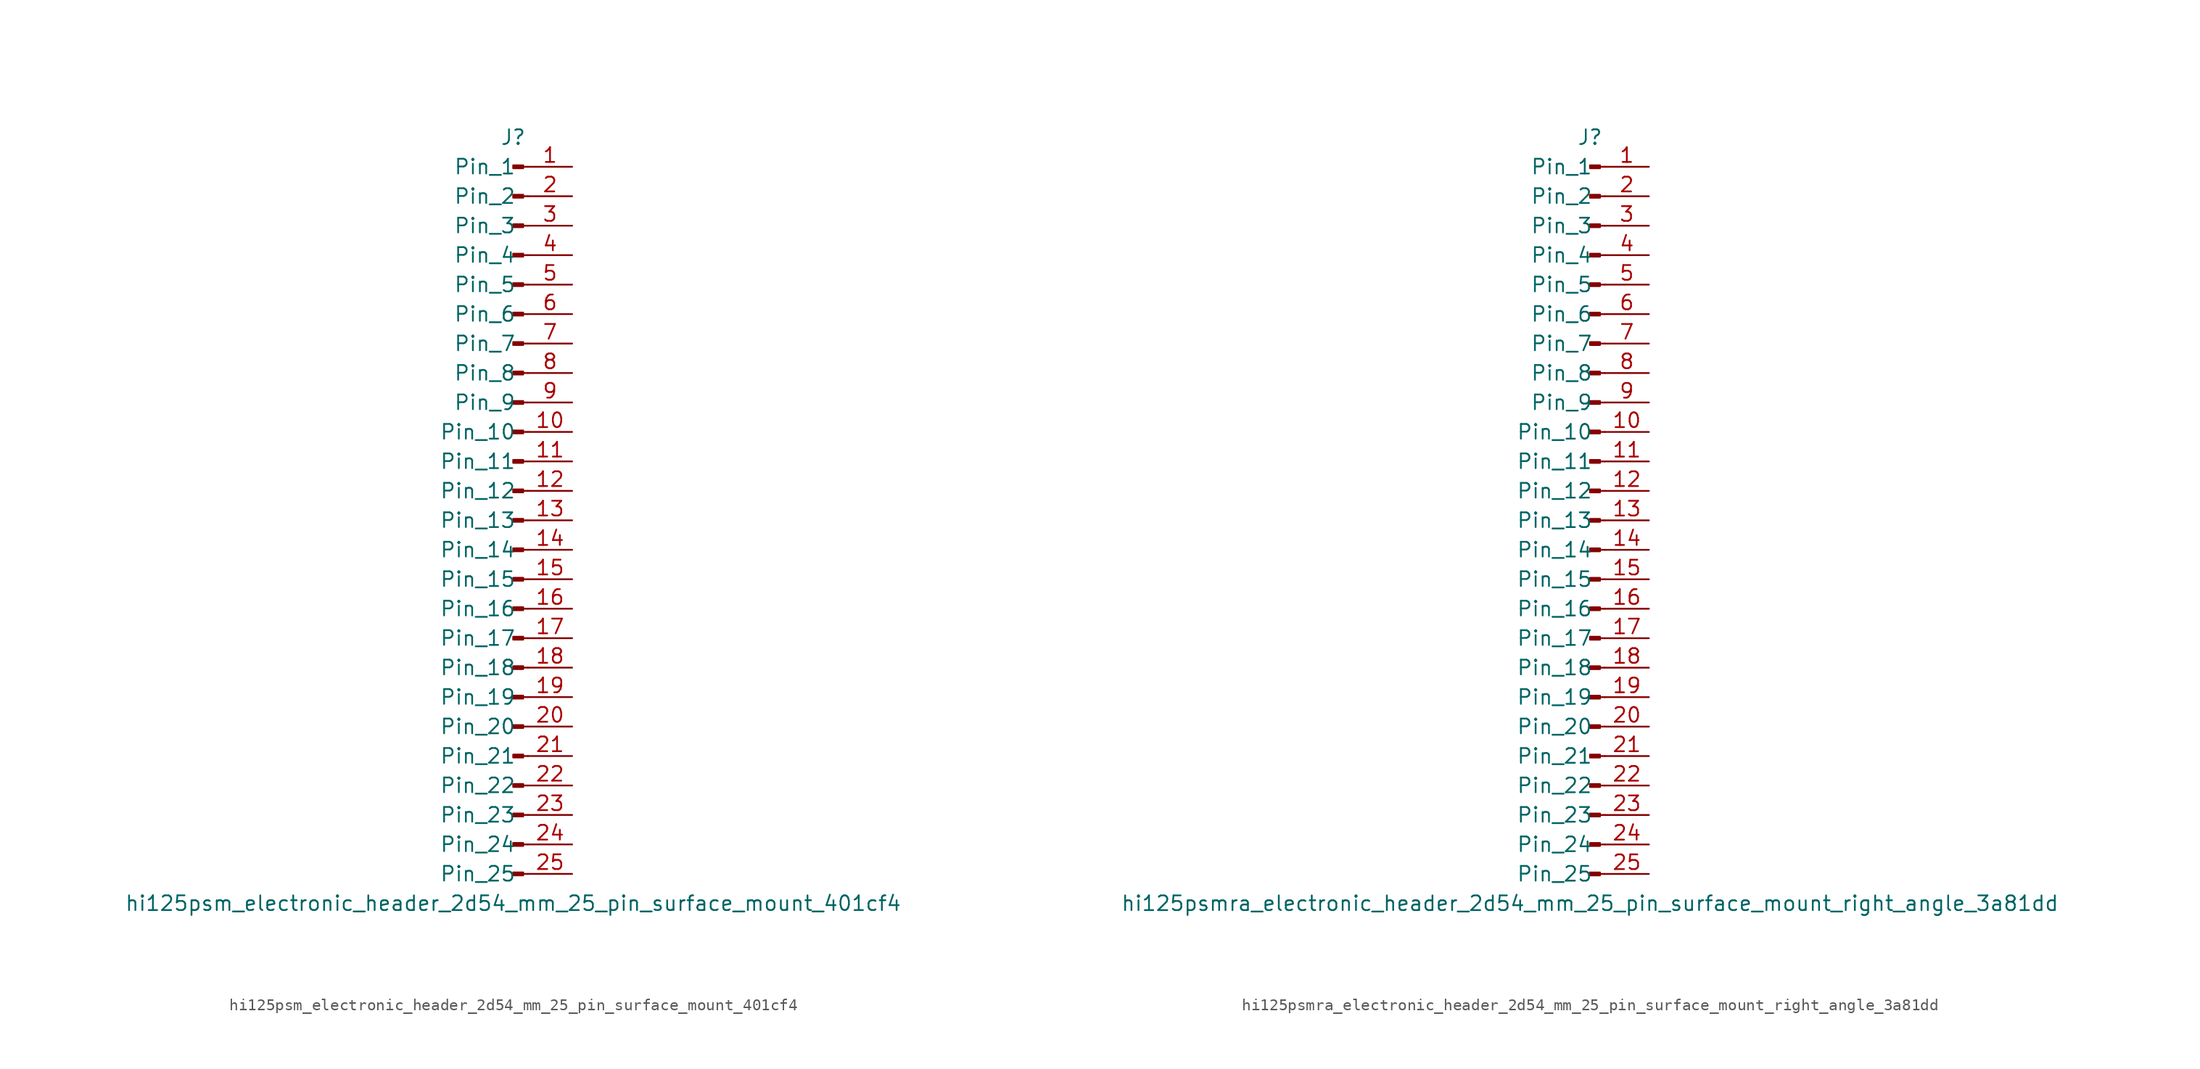
<source format=kicad_sym>
(kicad_symbol_lib
  (version 20220914)
  (generator kicad_symbol_editor)
  (symbol "hi125psm_electronic_header_2d54_mm_25_pin_surface_mount_401cf4"
    (pin_names
      (offset 1.016))
    (property "Reference" "J"
      (at 0 33.02 0)
      (effects (font (size 1.27 1.27))))
    (property "Value" "hi125psm_electronic_header_2d54_mm_25_pin_surface_mount_401cf4"
      (at 0 -33.02 0)
      (effects (font (size 1.27 1.27))))
    (property "ki_locked" ""
      (at 0 0 0)
      (effects (font (size 1.27 1.27))))
    (symbol "hi125psm_electronic_header_2d54_mm_25_pin_surface_mount_401cf4_1_1"
      (polyline (pts (xy 1.27 -30.48) (xy 0.864 -30.48)) (stroke (width 0.152) (type default)) (fill (type none)))
      (polyline (pts (xy 1.27 -27.94) (xy 0.864 -27.94)) (stroke (width 0.152) (type default)) (fill (type none)))
      (polyline (pts (xy 1.27 -25.4) (xy 0.864 -25.4)) (stroke (width 0.152) (type default)) (fill (type none)))
      (polyline (pts (xy 1.27 -22.86) (xy 0.864 -22.86)) (stroke (width 0.152) (type default)) (fill (type none)))
      (polyline (pts (xy 1.27 -20.32) (xy 0.864 -20.32)) (stroke (width 0.152) (type default)) (fill (type none)))
      (polyline (pts (xy 1.27 -17.78) (xy 0.864 -17.78)) (stroke (width 0.152) (type default)) (fill (type none)))
      (polyline (pts (xy 1.27 -15.24) (xy 0.864 -15.24)) (stroke (width 0.152) (type default)) (fill (type none)))
      (polyline (pts (xy 1.27 -12.7) (xy 0.864 -12.7)) (stroke (width 0.152) (type default)) (fill (type none)))
      (polyline (pts (xy 1.27 -10.16) (xy 0.864 -10.16)) (stroke (width 0.152) (type default)) (fill (type none)))
      (polyline (pts (xy 1.27 -7.62) (xy 0.864 -7.62)) (stroke (width 0.152) (type default)) (fill (type none)))
      (polyline (pts (xy 1.27 -5.08) (xy 0.864 -5.08)) (stroke (width 0.152) (type default)) (fill (type none)))
      (polyline (pts (xy 1.27 -2.54) (xy 0.864 -2.54)) (stroke (width 0.152) (type default)) (fill (type none)))
      (polyline (pts (xy 1.27 0) (xy 0.864 0)) (stroke (width 0.152) (type default)) (fill (type none)))
      (polyline (pts (xy 1.27 2.54) (xy 0.864 2.54)) (stroke (width 0.152) (type default)) (fill (type none)))
      (polyline (pts (xy 1.27 5.08) (xy 0.864 5.08)) (stroke (width 0.152) (type default)) (fill (type none)))
      (polyline (pts (xy 1.27 7.62) (xy 0.864 7.62)) (stroke (width 0.152) (type default)) (fill (type none)))
      (polyline (pts (xy 1.27 10.16) (xy 0.864 10.16)) (stroke (width 0.152) (type default)) (fill (type none)))
      (polyline (pts (xy 1.27 12.7) (xy 0.864 12.7)) (stroke (width 0.152) (type default)) (fill (type none)))
      (polyline (pts (xy 1.27 15.24) (xy 0.864 15.24)) (stroke (width 0.152) (type default)) (fill (type none)))
      (polyline (pts (xy 1.27 17.78) (xy 0.864 17.78)) (stroke (width 0.152) (type default)) (fill (type none)))
      (polyline (pts (xy 1.27 20.32) (xy 0.864 20.32)) (stroke (width 0.152) (type default)) (fill (type none)))
      (polyline (pts (xy 1.27 22.86) (xy 0.864 22.86)) (stroke (width 0.152) (type default)) (fill (type none)))
      (polyline (pts (xy 1.27 25.4) (xy 0.864 25.4)) (stroke (width 0.152) (type default)) (fill (type none)))
      (polyline (pts (xy 1.27 27.94) (xy 0.864 27.94)) (stroke (width 0.152) (type default)) (fill (type none)))
      (polyline (pts (xy 1.27 30.48) (xy 0.864 30.48)) (stroke (width 0.152) (type default)) (fill (type none)))
      (rectangle (start 0.864 -30.353) (end 0 -30.607) (stroke (width 0.152) (type default)) (fill (type outline)))
      (rectangle (start 0.864 -27.813) (end 0 -28.067) (stroke (width 0.152) (type default)) (fill (type outline)))
      (rectangle (start 0.864 -25.273) (end 0 -25.527) (stroke (width 0.152) (type default)) (fill (type outline)))
      (rectangle (start 0.864 -22.733) (end 0 -22.987) (stroke (width 0.152) (type default)) (fill (type outline)))
      (rectangle (start 0.864 -20.193) (end 0 -20.447) (stroke (width 0.152) (type default)) (fill (type outline)))
      (rectangle (start 0.864 -17.653) (end 0 -17.907) (stroke (width 0.152) (type default)) (fill (type outline)))
      (rectangle (start 0.864 -15.113) (end 0 -15.367) (stroke (width 0.152) (type default)) (fill (type outline)))
      (rectangle (start 0.864 -12.573) (end 0 -12.827) (stroke (width 0.152) (type default)) (fill (type outline)))
      (rectangle (start 0.864 -10.033) (end 0 -10.287) (stroke (width 0.152) (type default)) (fill (type outline)))
      (rectangle (start 0.864 -7.493) (end 0 -7.747) (stroke (width 0.152) (type default)) (fill (type outline)))
      (rectangle (start 0.864 -4.953) (end 0 -5.207) (stroke (width 0.152) (type default)) (fill (type outline)))
      (rectangle (start 0.864 -2.413) (end 0 -2.667) (stroke (width 0.152) (type default)) (fill (type outline)))
      (rectangle (start 0.864 0.127) (end 0 -0.127) (stroke (width 0.152) (type default)) (fill (type outline)))
      (rectangle (start 0.864 2.667) (end 0 2.413) (stroke (width 0.152) (type default)) (fill (type outline)))
      (rectangle (start 0.864 5.207) (end 0 4.953) (stroke (width 0.152) (type default)) (fill (type outline)))
      (rectangle (start 0.864 7.747) (end 0 7.493) (stroke (width 0.152) (type default)) (fill (type outline)))
      (rectangle (start 0.864 10.287) (end 0 10.033) (stroke (width 0.152) (type default)) (fill (type outline)))
      (rectangle (start 0.864 12.827) (end 0 12.573) (stroke (width 0.152) (type default)) (fill (type outline)))
      (rectangle (start 0.864 15.367) (end 0 15.113) (stroke (width 0.152) (type default)) (fill (type outline)))
      (rectangle (start 0.864 17.907) (end 0 17.653) (stroke (width 0.152) (type default)) (fill (type outline)))
      (rectangle (start 0.864 20.447) (end 0 20.193) (stroke (width 0.152) (type default)) (fill (type outline)))
      (rectangle (start 0.864 22.987) (end 0 22.733) (stroke (width 0.152) (type default)) (fill (type outline)))
      (rectangle (start 0.864 25.527) (end 0 25.273) (stroke (width 0.152) (type default)) (fill (type outline)))
      (rectangle (start 0.864 28.067) (end 0 27.813) (stroke (width 0.152) (type default)) (fill (type outline)))
      (rectangle (start 0.864 30.607) (end 0 30.353) (stroke (width 0.152) (type default)) (fill (type outline)))
      (pin passive line (at 5.08 30.48 180) (length 3.81) (name "Pin_1" (effects (font (size 1.27 1.27)))) (number "1" (effects (font (size 1.27 1.27)))))
      (pin passive line (at 5.08 7.62 180) (length 3.81) (name "Pin_10" (effects (font (size 1.27 1.27)))) (number "10" (effects (font (size 1.27 1.27)))))
      (pin passive line (at 5.08 5.08 180) (length 3.81) (name "Pin_11" (effects (font (size 1.27 1.27)))) (number "11" (effects (font (size 1.27 1.27)))))
      (pin passive line (at 5.08 2.54 180) (length 3.81) (name "Pin_12" (effects (font (size 1.27 1.27)))) (number "12" (effects (font (size 1.27 1.27)))))
      (pin passive line (at 5.08 0 180) (length 3.81) (name "Pin_13" (effects (font (size 1.27 1.27)))) (number "13" (effects (font (size 1.27 1.27)))))
      (pin passive line (at 5.08 -2.54 180) (length 3.81) (name "Pin_14" (effects (font (size 1.27 1.27)))) (number "14" (effects (font (size 1.27 1.27)))))
      (pin passive line (at 5.08 -5.08 180) (length 3.81) (name "Pin_15" (effects (font (size 1.27 1.27)))) (number "15" (effects (font (size 1.27 1.27)))))
      (pin passive line (at 5.08 -7.62 180) (length 3.81) (name "Pin_16" (effects (font (size 1.27 1.27)))) (number "16" (effects (font (size 1.27 1.27)))))
      (pin passive line (at 5.08 -10.16 180) (length 3.81) (name "Pin_17" (effects (font (size 1.27 1.27)))) (number "17" (effects (font (size 1.27 1.27)))))
      (pin passive line (at 5.08 -12.7 180) (length 3.81) (name "Pin_18" (effects (font (size 1.27 1.27)))) (number "18" (effects (font (size 1.27 1.27)))))
      (pin passive line (at 5.08 -15.24 180) (length 3.81) (name "Pin_19" (effects (font (size 1.27 1.27)))) (number "19" (effects (font (size 1.27 1.27)))))
      (pin passive line (at 5.08 27.94 180) (length 3.81) (name "Pin_2" (effects (font (size 1.27 1.27)))) (number "2" (effects (font (size 1.27 1.27)))))
      (pin passive line (at 5.08 -17.78 180) (length 3.81) (name "Pin_20" (effects (font (size 1.27 1.27)))) (number "20" (effects (font (size 1.27 1.27)))))
      (pin passive line (at 5.08 -20.32 180) (length 3.81) (name "Pin_21" (effects (font (size 1.27 1.27)))) (number "21" (effects (font (size 1.27 1.27)))))
      (pin passive line (at 5.08 -22.86 180) (length 3.81) (name "Pin_22" (effects (font (size 1.27 1.27)))) (number "22" (effects (font (size 1.27 1.27)))))
      (pin passive line (at 5.08 -25.4 180) (length 3.81) (name "Pin_23" (effects (font (size 1.27 1.27)))) (number "23" (effects (font (size 1.27 1.27)))))
      (pin passive line (at 5.08 -27.94 180) (length 3.81) (name "Pin_24" (effects (font (size 1.27 1.27)))) (number "24" (effects (font (size 1.27 1.27)))))
      (pin passive line (at 5.08 -30.48 180) (length 3.81) (name "Pin_25" (effects (font (size 1.27 1.27)))) (number "25" (effects (font (size 1.27 1.27)))))
      (pin passive line (at 5.08 25.4 180) (length 3.81) (name "Pin_3" (effects (font (size 1.27 1.27)))) (number "3" (effects (font (size 1.27 1.27)))))
      (pin passive line (at 5.08 22.86 180) (length 3.81) (name "Pin_4" (effects (font (size 1.27 1.27)))) (number "4" (effects (font (size 1.27 1.27)))))
      (pin passive line (at 5.08 20.32 180) (length 3.81) (name "Pin_5" (effects (font (size 1.27 1.27)))) (number "5" (effects (font (size 1.27 1.27)))))
      (pin passive line (at 5.08 17.78 180) (length 3.81) (name "Pin_6" (effects (font (size 1.27 1.27)))) (number "6" (effects (font (size 1.27 1.27)))))
      (pin passive line (at 5.08 15.24 180) (length 3.81) (name "Pin_7" (effects (font (size 1.27 1.27)))) (number "7" (effects (font (size 1.27 1.27)))))
      (pin passive line (at 5.08 12.7 180) (length 3.81) (name "Pin_8" (effects (font (size 1.27 1.27)))) (number "8" (effects (font (size 1.27 1.27)))))
      (pin passive line (at 5.08 10.16 180) (length 3.81) (name "Pin_9" (effects (font (size 1.27 1.27)))) (number "9" (effects (font (size 1.27 1.27)))))))
  (symbol "hi125psmra_electronic_header_2d54_mm_25_pin_surface_mount_right_angle_3a81dd"
    (pin_names
      (offset 1.016))
    (property "Reference" "J"
      (at 0 33.02 0)
      (effects (font (size 1.27 1.27))))
    (property "Value" "hi125psmra_electronic_header_2d54_mm_25_pin_surface_mount_right_angle_3a81dd"
      (at 0 -33.02 0)
      (effects (font (size 1.27 1.27))))
    (property "ki_locked" ""
      (at 0 0 0)
      (effects (font (size 1.27 1.27))))
    (symbol "hi125psmra_electronic_header_2d54_mm_25_pin_surface_mount_right_angle_3a81dd_1_1"
      (polyline (pts (xy 1.27 -30.48) (xy 0.864 -30.48)) (stroke (width 0.152) (type default)) (fill (type none)))
      (polyline (pts (xy 1.27 -27.94) (xy 0.864 -27.94)) (stroke (width 0.152) (type default)) (fill (type none)))
      (polyline (pts (xy 1.27 -25.4) (xy 0.864 -25.4)) (stroke (width 0.152) (type default)) (fill (type none)))
      (polyline (pts (xy 1.27 -22.86) (xy 0.864 -22.86)) (stroke (width 0.152) (type default)) (fill (type none)))
      (polyline (pts (xy 1.27 -20.32) (xy 0.864 -20.32)) (stroke (width 0.152) (type default)) (fill (type none)))
      (polyline (pts (xy 1.27 -17.78) (xy 0.864 -17.78)) (stroke (width 0.152) (type default)) (fill (type none)))
      (polyline (pts (xy 1.27 -15.24) (xy 0.864 -15.24)) (stroke (width 0.152) (type default)) (fill (type none)))
      (polyline (pts (xy 1.27 -12.7) (xy 0.864 -12.7)) (stroke (width 0.152) (type default)) (fill (type none)))
      (polyline (pts (xy 1.27 -10.16) (xy 0.864 -10.16)) (stroke (width 0.152) (type default)) (fill (type none)))
      (polyline (pts (xy 1.27 -7.62) (xy 0.864 -7.62)) (stroke (width 0.152) (type default)) (fill (type none)))
      (polyline (pts (xy 1.27 -5.08) (xy 0.864 -5.08)) (stroke (width 0.152) (type default)) (fill (type none)))
      (polyline (pts (xy 1.27 -2.54) (xy 0.864 -2.54)) (stroke (width 0.152) (type default)) (fill (type none)))
      (polyline (pts (xy 1.27 0) (xy 0.864 0)) (stroke (width 0.152) (type default)) (fill (type none)))
      (polyline (pts (xy 1.27 2.54) (xy 0.864 2.54)) (stroke (width 0.152) (type default)) (fill (type none)))
      (polyline (pts (xy 1.27 5.08) (xy 0.864 5.08)) (stroke (width 0.152) (type default)) (fill (type none)))
      (polyline (pts (xy 1.27 7.62) (xy 0.864 7.62)) (stroke (width 0.152) (type default)) (fill (type none)))
      (polyline (pts (xy 1.27 10.16) (xy 0.864 10.16)) (stroke (width 0.152) (type default)) (fill (type none)))
      (polyline (pts (xy 1.27 12.7) (xy 0.864 12.7)) (stroke (width 0.152) (type default)) (fill (type none)))
      (polyline (pts (xy 1.27 15.24) (xy 0.864 15.24)) (stroke (width 0.152) (type default)) (fill (type none)))
      (polyline (pts (xy 1.27 17.78) (xy 0.864 17.78)) (stroke (width 0.152) (type default)) (fill (type none)))
      (polyline (pts (xy 1.27 20.32) (xy 0.864 20.32)) (stroke (width 0.152) (type default)) (fill (type none)))
      (polyline (pts (xy 1.27 22.86) (xy 0.864 22.86)) (stroke (width 0.152) (type default)) (fill (type none)))
      (polyline (pts (xy 1.27 25.4) (xy 0.864 25.4)) (stroke (width 0.152) (type default)) (fill (type none)))
      (polyline (pts (xy 1.27 27.94) (xy 0.864 27.94)) (stroke (width 0.152) (type default)) (fill (type none)))
      (polyline (pts (xy 1.27 30.48) (xy 0.864 30.48)) (stroke (width 0.152) (type default)) (fill (type none)))
      (rectangle (start 0.864 -30.353) (end 0 -30.607) (stroke (width 0.152) (type default)) (fill (type outline)))
      (rectangle (start 0.864 -27.813) (end 0 -28.067) (stroke (width 0.152) (type default)) (fill (type outline)))
      (rectangle (start 0.864 -25.273) (end 0 -25.527) (stroke (width 0.152) (type default)) (fill (type outline)))
      (rectangle (start 0.864 -22.733) (end 0 -22.987) (stroke (width 0.152) (type default)) (fill (type outline)))
      (rectangle (start 0.864 -20.193) (end 0 -20.447) (stroke (width 0.152) (type default)) (fill (type outline)))
      (rectangle (start 0.864 -17.653) (end 0 -17.907) (stroke (width 0.152) (type default)) (fill (type outline)))
      (rectangle (start 0.864 -15.113) (end 0 -15.367) (stroke (width 0.152) (type default)) (fill (type outline)))
      (rectangle (start 0.864 -12.573) (end 0 -12.827) (stroke (width 0.152) (type default)) (fill (type outline)))
      (rectangle (start 0.864 -10.033) (end 0 -10.287) (stroke (width 0.152) (type default)) (fill (type outline)))
      (rectangle (start 0.864 -7.493) (end 0 -7.747) (stroke (width 0.152) (type default)) (fill (type outline)))
      (rectangle (start 0.864 -4.953) (end 0 -5.207) (stroke (width 0.152) (type default)) (fill (type outline)))
      (rectangle (start 0.864 -2.413) (end 0 -2.667) (stroke (width 0.152) (type default)) (fill (type outline)))
      (rectangle (start 0.864 0.127) (end 0 -0.127) (stroke (width 0.152) (type default)) (fill (type outline)))
      (rectangle (start 0.864 2.667) (end 0 2.413) (stroke (width 0.152) (type default)) (fill (type outline)))
      (rectangle (start 0.864 5.207) (end 0 4.953) (stroke (width 0.152) (type default)) (fill (type outline)))
      (rectangle (start 0.864 7.747) (end 0 7.493) (stroke (width 0.152) (type default)) (fill (type outline)))
      (rectangle (start 0.864 10.287) (end 0 10.033) (stroke (width 0.152) (type default)) (fill (type outline)))
      (rectangle (start 0.864 12.827) (end 0 12.573) (stroke (width 0.152) (type default)) (fill (type outline)))
      (rectangle (start 0.864 15.367) (end 0 15.113) (stroke (width 0.152) (type default)) (fill (type outline)))
      (rectangle (start 0.864 17.907) (end 0 17.653) (stroke (width 0.152) (type default)) (fill (type outline)))
      (rectangle (start 0.864 20.447) (end 0 20.193) (stroke (width 0.152) (type default)) (fill (type outline)))
      (rectangle (start 0.864 22.987) (end 0 22.733) (stroke (width 0.152) (type default)) (fill (type outline)))
      (rectangle (start 0.864 25.527) (end 0 25.273) (stroke (width 0.152) (type default)) (fill (type outline)))
      (rectangle (start 0.864 28.067) (end 0 27.813) (stroke (width 0.152) (type default)) (fill (type outline)))
      (rectangle (start 0.864 30.607) (end 0 30.353) (stroke (width 0.152) (type default)) (fill (type outline)))
      (pin passive line (at 5.08 30.48 180) (length 3.81) (name "Pin_1" (effects (font (size 1.27 1.27)))) (number "1" (effects (font (size 1.27 1.27)))))
      (pin passive line (at 5.08 7.62 180) (length 3.81) (name "Pin_10" (effects (font (size 1.27 1.27)))) (number "10" (effects (font (size 1.27 1.27)))))
      (pin passive line (at 5.08 5.08 180) (length 3.81) (name "Pin_11" (effects (font (size 1.27 1.27)))) (number "11" (effects (font (size 1.27 1.27)))))
      (pin passive line (at 5.08 2.54 180) (length 3.81) (name "Pin_12" (effects (font (size 1.27 1.27)))) (number "12" (effects (font (size 1.27 1.27)))))
      (pin passive line (at 5.08 0 180) (length 3.81) (name "Pin_13" (effects (font (size 1.27 1.27)))) (number "13" (effects (font (size 1.27 1.27)))))
      (pin passive line (at 5.08 -2.54 180) (length 3.81) (name "Pin_14" (effects (font (size 1.27 1.27)))) (number "14" (effects (font (size 1.27 1.27)))))
      (pin passive line (at 5.08 -5.08 180) (length 3.81) (name "Pin_15" (effects (font (size 1.27 1.27)))) (number "15" (effects (font (size 1.27 1.27)))))
      (pin passive line (at 5.08 -7.62 180) (length 3.81) (name "Pin_16" (effects (font (size 1.27 1.27)))) (number "16" (effects (font (size 1.27 1.27)))))
      (pin passive line (at 5.08 -10.16 180) (length 3.81) (name "Pin_17" (effects (font (size 1.27 1.27)))) (number "17" (effects (font (size 1.27 1.27)))))
      (pin passive line (at 5.08 -12.7 180) (length 3.81) (name "Pin_18" (effects (font (size 1.27 1.27)))) (number "18" (effects (font (size 1.27 1.27)))))
      (pin passive line (at 5.08 -15.24 180) (length 3.81) (name "Pin_19" (effects (font (size 1.27 1.27)))) (number "19" (effects (font (size 1.27 1.27)))))
      (pin passive line (at 5.08 27.94 180) (length 3.81) (name "Pin_2" (effects (font (size 1.27 1.27)))) (number "2" (effects (font (size 1.27 1.27)))))
      (pin passive line (at 5.08 -17.78 180) (length 3.81) (name "Pin_20" (effects (font (size 1.27 1.27)))) (number "20" (effects (font (size 1.27 1.27)))))
      (pin passive line (at 5.08 -20.32 180) (length 3.81) (name "Pin_21" (effects (font (size 1.27 1.27)))) (number "21" (effects (font (size 1.27 1.27)))))
      (pin passive line (at 5.08 -22.86 180) (length 3.81) (name "Pin_22" (effects (font (size 1.27 1.27)))) (number "22" (effects (font (size 1.27 1.27)))))
      (pin passive line (at 5.08 -25.4 180) (length 3.81) (name "Pin_23" (effects (font (size 1.27 1.27)))) (number "23" (effects (font (size 1.27 1.27)))))
      (pin passive line (at 5.08 -27.94 180) (length 3.81) (name "Pin_24" (effects (font (size 1.27 1.27)))) (number "24" (effects (font (size 1.27 1.27)))))
      (pin passive line (at 5.08 -30.48 180) (length 3.81) (name "Pin_25" (effects (font (size 1.27 1.27)))) (number "25" (effects (font (size 1.27 1.27)))))
      (pin passive line (at 5.08 25.4 180) (length 3.81) (name "Pin_3" (effects (font (size 1.27 1.27)))) (number "3" (effects (font (size 1.27 1.27)))))
      (pin passive line (at 5.08 22.86 180) (length 3.81) (name "Pin_4" (effects (font (size 1.27 1.27)))) (number "4" (effects (font (size 1.27 1.27)))))
      (pin passive line (at 5.08 20.32 180) (length 3.81) (name "Pin_5" (effects (font (size 1.27 1.27)))) (number "5" (effects (font (size 1.27 1.27)))))
      (pin passive line (at 5.08 17.78 180) (length 3.81) (name "Pin_6" (effects (font (size 1.27 1.27)))) (number "6" (effects (font (size 1.27 1.27)))))
      (pin passive line (at 5.08 15.24 180) (length 3.81) (name "Pin_7" (effects (font (size 1.27 1.27)))) (number "7" (effects (font (size 1.27 1.27)))))
      (pin passive line (at 5.08 12.7 180) (length 3.81) (name "Pin_8" (effects (font (size 1.27 1.27)))) (number "8" (effects (font (size 1.27 1.27)))))
      (pin passive line (at 5.08 10.16 180) (length 3.81) (name "Pin_9" (effects (font (size 1.27 1.27)))) (number "9" (effects (font (size 1.27 1.27))))))))
</source>
